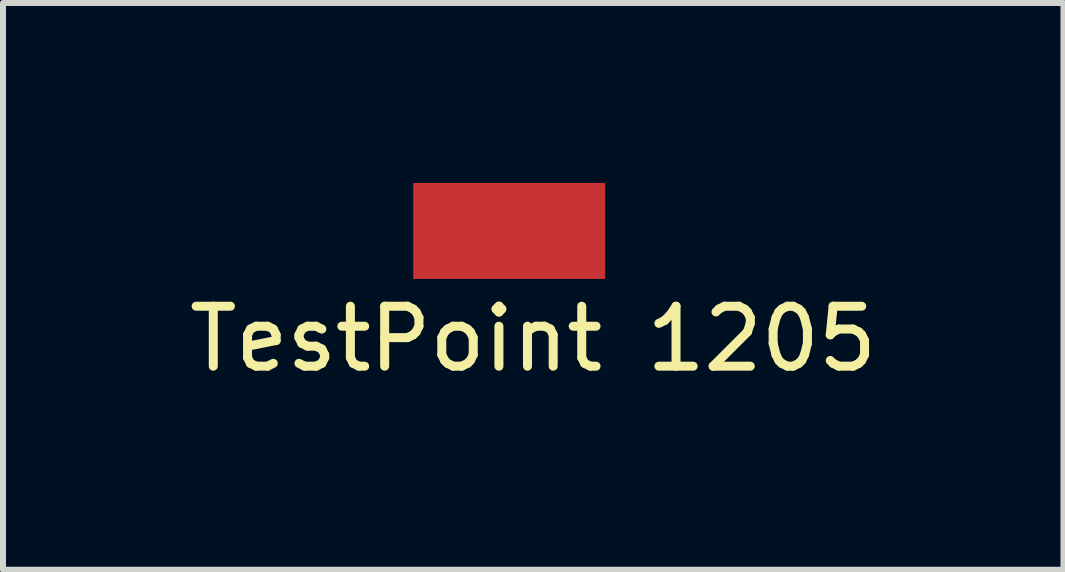
<source format=kicad_pcb>
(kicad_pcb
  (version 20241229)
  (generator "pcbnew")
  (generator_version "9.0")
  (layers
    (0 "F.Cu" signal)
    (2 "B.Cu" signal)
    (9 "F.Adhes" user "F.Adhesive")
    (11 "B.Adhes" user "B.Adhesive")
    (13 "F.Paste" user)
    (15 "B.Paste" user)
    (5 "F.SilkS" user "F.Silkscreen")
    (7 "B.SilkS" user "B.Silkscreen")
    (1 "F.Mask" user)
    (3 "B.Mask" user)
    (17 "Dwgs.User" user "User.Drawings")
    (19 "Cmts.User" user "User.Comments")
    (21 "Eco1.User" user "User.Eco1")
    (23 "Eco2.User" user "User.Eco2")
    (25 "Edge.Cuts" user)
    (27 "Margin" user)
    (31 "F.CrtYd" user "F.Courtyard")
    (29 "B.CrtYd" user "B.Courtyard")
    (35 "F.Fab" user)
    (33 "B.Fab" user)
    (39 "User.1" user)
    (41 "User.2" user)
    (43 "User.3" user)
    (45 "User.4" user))
  (footprint "TestPoint 1205"
    (layer "F.Cu")
    (at 5.439 0.8)
    (property "Reference" "TestPoint 1205" (at 0.4 1.8 0) (layer "F.SilkS") (effects (font (size 1 1) (thickness 0.15))))
    (attr through_hole)
    (pad "1" smd rect (at 0 0) (size 3.2 1.6) (layers "F.Cu" "F.Mask" "F.Paste")))
  (gr_rect
    (start -3 -3)
    (end 14.679 6.448)
    (stroke (width 0.1) (type default))
    (fill no)
    (layer "Edge.Cuts")))
</source>
